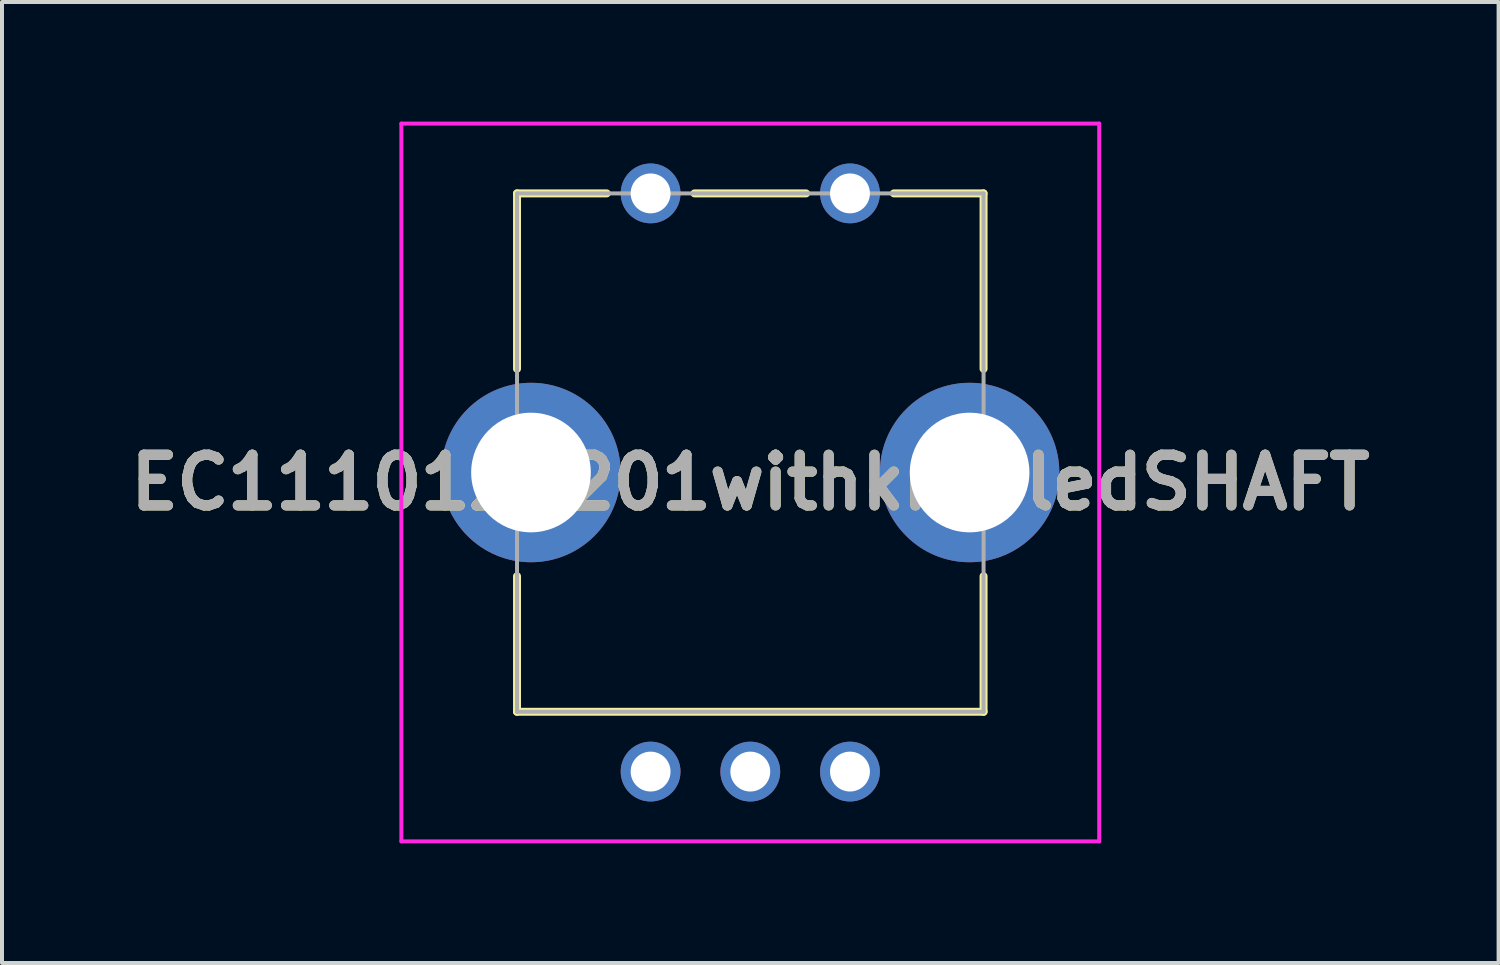
<source format=kicad_pcb>
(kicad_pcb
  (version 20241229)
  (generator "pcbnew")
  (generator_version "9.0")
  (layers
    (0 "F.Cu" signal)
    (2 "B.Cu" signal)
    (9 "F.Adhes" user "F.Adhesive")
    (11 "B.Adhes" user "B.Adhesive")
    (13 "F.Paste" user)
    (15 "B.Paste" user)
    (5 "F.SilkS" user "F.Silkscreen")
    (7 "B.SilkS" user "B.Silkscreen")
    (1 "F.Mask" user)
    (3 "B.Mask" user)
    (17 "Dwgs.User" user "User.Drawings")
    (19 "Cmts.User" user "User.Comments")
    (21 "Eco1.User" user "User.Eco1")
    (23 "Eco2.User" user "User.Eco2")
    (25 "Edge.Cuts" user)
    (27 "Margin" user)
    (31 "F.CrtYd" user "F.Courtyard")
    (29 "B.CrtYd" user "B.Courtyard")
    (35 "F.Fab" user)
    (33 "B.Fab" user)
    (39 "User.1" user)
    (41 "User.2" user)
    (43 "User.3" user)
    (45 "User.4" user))
  (footprint "EC1110120201withknurledSHAFT"
    (layer "F.Cu")
    (at 13.266 16.3)
    (property "Reference" "EC1110120201withknurledSHAFT" (at 2.5 -7.25 0) (layer "F.SilkS") (effects (font (size 1.27 1.27) (thickness 0.254))))
    (attr through_hole)
    (fp_line (start -3.35 -14.5) (end -1.1 -14.5) (stroke (width 0.2) (type solid)) (layer "F.SilkS"))
    (fp_line (start -3.35 -10.1) (end -3.35 -14.5) (stroke (width 0.2) (type solid)) (layer "F.SilkS"))
    (fp_line (start -3.35 -4.9) (end -3.35 -1.5) (stroke (width 0.2) (type solid)) (layer "F.SilkS"))
    (fp_line (start -3.35 -1.5) (end 8.35 -1.5) (stroke (width 0.2) (type solid)) (layer "F.SilkS"))
    (fp_line (start 1.1 -14.5) (end 3.9 -14.5) (stroke (width 0.2) (type solid)) (layer "F.SilkS"))
    (fp_line (start 6.1 -14.5) (end 8.35 -14.5) (stroke (width 0.2) (type solid)) (layer "F.SilkS"))
    (fp_line (start 8.35 -14.5) (end 8.35 -10.1) (stroke (width 0.2) (type solid)) (layer "F.SilkS"))
    (fp_line (start 8.35 -1.5) (end 8.35 -4.9) (stroke (width 0.2) (type solid)) (layer "F.SilkS"))
    (fp_line (start -6.25 -16.25) (end 11.25 -16.25) (stroke (width 0.1) (type solid)) (layer "F.CrtYd"))
    (fp_line (start -6.25 1.75) (end -6.25 -16.25) (stroke (width 0.1) (type solid)) (layer "F.CrtYd"))
    (fp_line (start 11.25 -16.25) (end 11.25 1.75) (stroke (width 0.1) (type solid)) (layer "F.CrtYd"))
    (fp_line (start 11.25 1.75) (end -6.25 1.75) (stroke (width 0.1) (type solid)) (layer "F.CrtYd"))
    (fp_line (start -3.35 -14.5) (end 8.35 -14.5) (stroke (width 0.1) (type solid)) (layer "F.Fab"))
    (fp_line (start -3.35 -1.5) (end -3.35 -14.5) (stroke (width 0.1) (type solid)) (layer "F.Fab"))
    (fp_line (start 8.35 -14.5) (end 8.35 -1.5) (stroke (width 0.1) (type solid)) (layer "F.Fab"))
    (fp_line (start 8.35 -1.5) (end -3.35 -1.5) (stroke (width 0.1) (type solid)) (layer "F.Fab"))
    (fp_text user "${REFERENCE}" (at 2.5 -7.25 0) (layer "F.Fab") (effects (font (size 1.27 1.27) (thickness 0.254))))
    (pad "A1" thru_hole circle (at 0 0) (size 1.5 1.5) (drill 1) (layers "*.Cu" "*.Mask"))
    (pad "B1" thru_hole circle (at 5 0) (size 1.5 1.5) (drill 1) (layers "*.Cu" "*.Mask"))
    (pad "C1" thru_hole circle (at 2.5 0) (size 1.5 1.5) (drill 1) (layers "*.Cu" "*.Mask"))
    (pad "D1" thru_hole circle (at 0 -14.5) (size 1.5 1.5) (drill 1) (layers "*.Cu" "*.Mask"))
    (pad "E1" thru_hole circle (at 5 -14.5) (size 1.5 1.5) (drill 1) (layers "*.Cu" "*.Mask"))
    (pad "MH1" thru_hole circle (at -3 -7.5) (size 4.5 4.5) (drill 3) (layers "*.Cu" "*.Mask"))
    (pad "MH2" thru_hole circle (at 8 -7.5) (size 4.5 4.5) (drill 3) (layers "*.Cu" "*.Mask")))
  (gr_rect
    (start -3 -3)
    (end 34.532 21.1)
    (stroke (width 0.1) (type default))
    (fill no)
    (layer "Edge.Cuts")))
</source>
